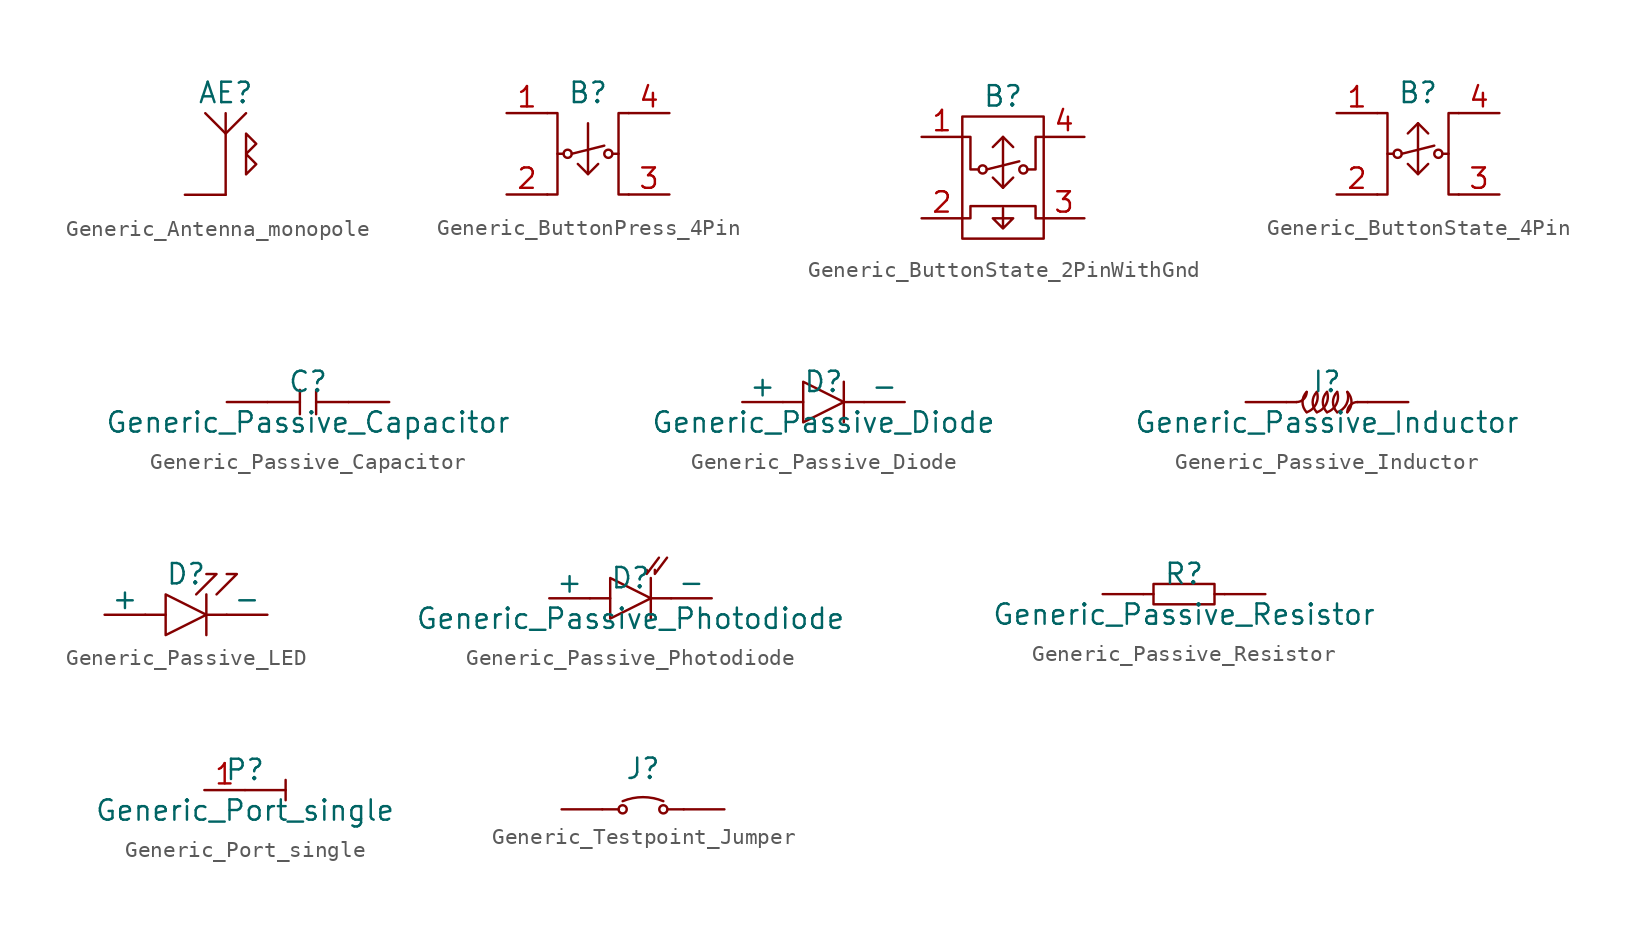
<source format=kicad_sym>
(kicad_symbol_lib
  (version 20211014)
  (generator kicad_symbol_editor)
  (symbol "Generic_Antenna_monopole"
    (pin_numbers hide)
    (pin_names
      (offset 0))
    (property "Reference" "AE"
      (at 0 6.35 0)
      (effects (font (size 1.27 1.27))))
    (symbol "Generic_Antenna_monopole_0_1"
      (polyline (pts (xy 0 0) (xy 0 5.08)) (stroke (width 0) (type default) (color 0 0 0 0)) (fill (type none)))
      (polyline (pts (xy -1.27 5.08) (xy 0 3.81) (xy 1.27 5.08)) (stroke (width 0) (type default) (color 0 0 0 0)) (fill (type none)))
      (polyline (pts (xy 1.27 3.81) (xy 1.27 1.27) (xy 1.905 1.905) (xy 1.27 2.54) (xy 1.905 3.175) (xy 1.27 3.81)) (stroke (width 0) (type default) (color 0 0 0 0)) (fill (type none))))
    (symbol "Generic_Antenna_monopole_1_1"
      (pin bidirectional line (at -2.54 0 0) (length 2.54) (name "" (effects (font (size 1.27 1.27)))) (number "1" (effects (font (size 1.27 1.27)))))))
  (symbol "Generic_ButtonPress_4Pin"
    (property "Reference" "B"
      (at 0 3.81 0)
      (effects (font (size 1.27 1.27))))
    (symbol "Generic_ButtonPress_4Pin_0_1"
      (circle (center -1.27 0) (radius 0.254) (stroke (width 0) (type default) (color 0 0 0 0)) (fill (type none)))
      (polyline (pts (xy -1.016 0) (xy 1.016 0.508)) (stroke (width 0) (type default) (color 0 0 0 0)) (fill (type none)))
      (polyline (pts (xy 0 1.905) (xy 0 -1.27)) (stroke (width 0) (type default) (color 0 0 0 0)) (fill (type none)))
      (polyline (pts (xy -1.905 0) (xy -1.905 -2.54) (xy -2.54 -2.54)) (stroke (width 0) (type default) (color 0 0 0 0)) (fill (type none)))
      (polyline (pts (xy -0.635 -0.635) (xy 0 -1.27) (xy 0.635 -0.635)) (stroke (width 0) (type default) (color 0 0 0 0)) (fill (type none)))
      (polyline (pts (xy 1.905 0) (xy 1.905 -2.54) (xy 2.54 -2.54)) (stroke (width 0) (type default) (color 0 0 0 0)) (fill (type none)))
      (polyline (pts (xy -2.54 2.54) (xy -1.905 2.54) (xy -1.905 0) (xy -1.524 0)) (stroke (width 0) (type default) (color 0 0 0 0)) (fill (type none)))
      (polyline (pts (xy 1.524 0) (xy 1.905 0) (xy 1.905 2.54) (xy 2.54 2.54)) (stroke (width 0) (type default) (color 0 0 0 0)) (fill (type none)))
      (circle (center 1.27 0) (radius 0.254) (stroke (width 0) (type default) (color 0 0 0 0)) (fill (type none))))
    (symbol "Generic_ButtonPress_4Pin_1_1"
      (pin passive line (at -5.08 2.54 0) (length 2.54) (name "" (effects (font (size 1.27 1.27)))) (number "1" (effects (font (size 1.27 1.27)))))
      (pin passive line (at -5.08 -2.54 0) (length 2.54) (name "" (effects (font (size 1.27 1.27)))) (number "2" (effects (font (size 1.27 1.27)))))
      (pin passive line (at 5.08 -2.54 180) (length 2.54) (name "" (effects (font (size 1.27 1.27)))) (number "3" (effects (font (size 1.27 1.27)))))
      (pin passive line (at 5.08 2.54 180) (length 2.54) (name "" (effects (font (size 1.27 1.27)))) (number "4" (effects (font (size 1.27 1.27)))))))
  (symbol "Generic_ButtonState_2PinWithGnd"
    (property "Reference" "B"
      (at 0 5.08 0)
      (effects (font (size 1.27 1.27))))
    (symbol "Generic_ButtonState_2PinWithGnd_0_1"
      (rectangle (start -2.54 3.81) (end 2.54 -3.81) (stroke (width 0) (type default) (color 0 0 0 0)) (fill (type none)))
      (circle (center -1.27 0.508) (radius 0.254) (stroke (width 0) (type default) (color 0 0 0 0)) (fill (type none)))
      (polyline (pts (xy -1.016 0.508) (xy 1.016 1.016)) (stroke (width 0) (type default) (color 0 0 0 0)) (fill (type none)))
      (polyline (pts (xy 0 2.54) (xy 0 -0.635)) (stroke (width 0) (type default) (color 0 0 0 0)) (fill (type none)))
      (polyline (pts (xy -0.635 0) (xy 0 -0.635) (xy 0.635 0)) (stroke (width 0) (type default) (color 0 0 0 0)) (fill (type none)))
      (polyline (pts (xy -0.635 1.905) (xy 0 2.54) (xy 0.635 1.905)) (stroke (width 0) (type default) (color 0 0 0 0)) (fill (type none)))
      (polyline (pts (xy -2.54 2.54) (xy -2.032 2.54) (xy -2.032 0.508) (xy -1.524 0.508)) (stroke (width 0) (type default) (color 0 0 0 0)) (fill (type none)))
      (polyline (pts (xy 1.524 0.508) (xy 2.032 0.508) (xy 2.032 2.54) (xy 2.54 2.54)) (stroke (width 0) (type default) (color 0 0 0 0)) (fill (type none)))
      (polyline (pts (xy 0 -1.905) (xy 0 -3.175) (xy -0.635 -2.54) (xy 0.635 -2.54) (xy 0 -3.175)) (stroke (width 0) (type default) (color 0 0 0 0)) (fill (type none)))
      (polyline (pts (xy -2.54 -2.54) (xy -2.032 -2.54) (xy -2.032 -1.778) (xy 2.032 -1.778) (xy 2.032 -2.54) (xy 2.54 -2.54)) (stroke (width 0) (type default) (color 0 0 0 0)) (fill (type none)))
      (circle (center 1.27 0.508) (radius 0.254) (stroke (width 0) (type default) (color 0 0 0 0)) (fill (type none))))
    (symbol "Generic_ButtonState_2PinWithGnd_1_1"
      (pin passive line (at -5.08 2.54 0) (length 2.54) (name "" (effects (font (size 1.27 1.27)))) (number "1" (effects (font (size 1.27 1.27)))))
      (pin passive line (at -5.08 -2.54 0) (length 2.54) (name "" (effects (font (size 1.27 1.27)))) (number "2" (effects (font (size 1.27 1.27)))))
      (pin passive line (at 5.08 -2.54 180) (length 2.54) (name "" (effects (font (size 1.27 1.27)))) (number "3" (effects (font (size 1.27 1.27)))))
      (pin passive line (at 5.08 2.54 180) (length 2.54) (name "" (effects (font (size 1.27 1.27)))) (number "4" (effects (font (size 1.27 1.27)))))))
  (symbol "Generic_ButtonState_4Pin"
    (property "Reference" "B"
      (at 0 3.81 0)
      (effects (font (size 1.27 1.27))))
    (symbol "Generic_ButtonState_4Pin_0_1"
      (circle (center -1.27 0) (radius 0.254) (stroke (width 0) (type default) (color 0 0 0 0)) (fill (type none)))
      (polyline (pts (xy -1.016 0) (xy 1.016 0.508)) (stroke (width 0) (type default) (color 0 0 0 0)) (fill (type none)))
      (polyline (pts (xy 0 1.905) (xy 0 -1.27)) (stroke (width 0) (type default) (color 0 0 0 0)) (fill (type none)))
      (polyline (pts (xy -1.905 0) (xy -1.905 -2.54) (xy -2.54 -2.54)) (stroke (width 0) (type default) (color 0 0 0 0)) (fill (type none)))
      (polyline (pts (xy -0.635 -0.635) (xy 0 -1.27) (xy 0.635 -0.635)) (stroke (width 0) (type default) (color 0 0 0 0)) (fill (type none)))
      (polyline (pts (xy -0.635 1.27) (xy 0 1.905) (xy 0.635 1.27)) (stroke (width 0) (type default) (color 0 0 0 0)) (fill (type none)))
      (polyline (pts (xy 1.905 0) (xy 1.905 -2.54) (xy 2.54 -2.54)) (stroke (width 0) (type default) (color 0 0 0 0)) (fill (type none)))
      (polyline (pts (xy -2.54 2.54) (xy -1.905 2.54) (xy -1.905 0) (xy -1.524 0)) (stroke (width 0) (type default) (color 0 0 0 0)) (fill (type none)))
      (polyline (pts (xy 1.524 0) (xy 1.905 0) (xy 1.905 2.54) (xy 2.54 2.54)) (stroke (width 0) (type default) (color 0 0 0 0)) (fill (type none)))
      (circle (center 1.27 0) (radius 0.254) (stroke (width 0) (type default) (color 0 0 0 0)) (fill (type none))))
    (symbol "Generic_ButtonState_4Pin_1_1"
      (pin passive line (at -5.08 2.54 0) (length 2.54) (name "" (effects (font (size 1.27 1.27)))) (number "1" (effects (font (size 1.27 1.27)))))
      (pin passive line (at -5.08 -2.54 0) (length 2.54) (name "" (effects (font (size 1.27 1.27)))) (number "2" (effects (font (size 1.27 1.27)))))
      (pin passive line (at 5.08 -2.54 180) (length 2.54) (name "" (effects (font (size 1.27 1.27)))) (number "3" (effects (font (size 1.27 1.27)))))
      (pin passive line (at 5.08 2.54 180) (length 2.54) (name "" (effects (font (size 1.27 1.27)))) (number "4" (effects (font (size 1.27 1.27)))))))
  (symbol "Generic_Passive_Capacitor"
    (pin_numbers hide)
    (pin_names
      (offset 0))
    (property "Reference" "C"
      (at 0 1.27 0)
      (effects (font (size 1.27 1.27))))
    (property "Value" "Generic_Passive_Capacitor"
      (at 0 -1.27 0)
      (effects (font (size 1.27 1.27))))
    (symbol "Generic_Passive_Capacitor_0_1"
      (polyline (pts (xy -2.54 0) (xy -0.508 0)) (stroke (width 0) (type default) (color 0 0 0 0)) (fill (type none)))
      (polyline (pts (xy -0.508 0.762) (xy -0.508 -0.762)) (stroke (width 0) (type default) (color 0 0 0 0)) (fill (type none)))
      (polyline (pts (xy 0.508 0) (xy 2.54 0)) (stroke (width 0) (type default) (color 0 0 0 0)) (fill (type none)))
      (polyline (pts (xy 0.508 0.762) (xy 0.508 -0.762)) (stroke (width 0) (type default) (color 0 0 0 0)) (fill (type none))))
    (symbol "Generic_Passive_Capacitor_1_1"
      (pin passive line (at -5.08 0 0) (length 2.54) (name "" (effects (font (size 1.27 1.27)))) (number "1" (effects (font (size 1.27 1.27)))))
      (pin passive line (at 5.08 0 180) (length 2.54) (name "" (effects (font (size 1.27 1.27)))) (number "2" (effects (font (size 1.27 1.27)))))))
  (symbol "Generic_Passive_Diode"
    (pin_numbers hide)
    (pin_names
      (offset 0))
    (property "Reference" "D"
      (at 0 1.27 0)
      (effects (font (size 1.27 1.27))))
    (property "Value" "Generic_Passive_Diode"
      (at 0 -1.27 0)
      (effects (font (size 1.27 1.27))))
    (symbol "Generic_Passive_Diode_0_1"
      (polyline (pts (xy -2.54 0) (xy -1.27 0)) (stroke (width 0) (type default) (color 0 0 0 0)) (fill (type none)))
      (polyline (pts (xy 1.27 0) (xy 2.54 0)) (stroke (width 0) (type default) (color 0 0 0 0)) (fill (type none)))
      (polyline (pts (xy 1.27 1.27) (xy 1.27 -1.27)) (stroke (width 0) (type default) (color 0 0 0 0)) (fill (type none)))
      (polyline (pts (xy -1.27 1.27) (xy 1.27 0) (xy -1.27 -1.27) (xy -1.27 1.27)) (stroke (width 0) (type default) (color 0 0 0 0)) (fill (type none))))
    (symbol "Generic_Passive_Diode_1_1"
      (pin input line (at -5.08 0 0) (length 2.54) (name "+" (effects (font (size 1.27 1.27)))) (number "1" (effects (font (size 1.27 1.27)))))
      (pin output line (at 5.08 0 180) (length 2.54) (name "-" (effects (font (size 1.27 1.27)))) (number "2" (effects (font (size 1.27 1.27)))))))
  (symbol "Generic_Passive_Inductor"
    (pin_numbers hide)
    (pin_names
      (offset 0))
    (property "Reference" "I"
      (at 0 1.27 0)
      (effects (font (size 1.27 1.27))))
    (property "Value" "Generic_Passive_Inductor"
      (at 0 -1.27 0)
      (effects (font (size 1.27 1.27))))
    (symbol "Generic_Passive_Inductor_0_1"
      (arc (start -1.905 0) (mid -1.4566 0.1866) (end -1.27 0.635) (stroke (width 0) (type default) (color 0 0 0 0)) (fill (type none)))
      (arc (start -1.27 -0.635) (mid -0.6902 -0.1311) (end -0.635 0.635) (stroke (width 0) (type default) (color 0 0 0 0)) (fill (type none)))
      (arc (start -1.27 0.635) (mid -1.5313 0) (end -1.27 -0.635) (stroke (width 0) (type default) (color 0 0 0 0)) (fill (type none)))
      (arc (start -0.635 -0.635) (mid -0.0549 -0.1313) (end 0 0.635) (stroke (width 0) (type default) (color 0 0 0 0)) (fill (type none)))
      (arc (start -0.635 0.635) (mid -0.897 0) (end -0.635 -0.635) (stroke (width 0) (type default) (color 0 0 0 0)) (fill (type none)))
      (arc (start 0 -0.635) (mid 0.5801 -0.1313) (end 0.635 0.635) (stroke (width 0) (type default) (color 0 0 0 0)) (fill (type none)))
      (polyline (pts (xy -2.54 0) (xy -1.905 0)) (stroke (width 0) (type default) (color 0 0 0 0)) (fill (type none)))
      (polyline (pts (xy 2.54 0) (xy 1.905 0)) (stroke (width 0) (type default) (color 0 0 0 0)) (fill (type none)))
      (arc (start 0 0.635) (mid -0.2618 0) (end 0 -0.635) (stroke (width 0) (type default) (color 0 0 0 0)) (fill (type none)))
      (arc (start 0.635 -0.635) (mid 1.2151 -0.1313) (end 1.27 0.635) (stroke (width 0) (type default) (color 0 0 0 0)) (fill (type none)))
      (arc (start 0.635 0.635) (mid 0.3728 0) (end 0.635 -0.635) (stroke (width 0) (type default) (color 0 0 0 0)) (fill (type none)))
      (arc (start 1.27 -0.635) (mid 2.8078 0) (end 1.27 0.635) (stroke (width 0) (type default) (color 0 0 0 0)) (fill (type none)))
      (arc (start 1.905 0) (mid 0.8177 0.4523) (end 1.27 -0.635) (stroke (width 0) (type default) (color 0 0 0 0)) (fill (type none))))
    (symbol "Generic_Passive_Inductor_1_1"
      (pin passive line (at -5.08 0 0) (length 2.54) (name "" (effects (font (size 1.27 1.27)))) (number "1" (effects (font (size 1.27 1.27)))))
      (pin passive line (at 5.08 0 180) (length 2.54) (name "" (effects (font (size 1.27 1.27)))) (number "2" (effects (font (size 1.27 1.27)))))))
  (symbol "Generic_Passive_LED"
    (pin_numbers hide)
    (pin_names
      (offset 0))
    (property "Reference" "D"
      (at 0 2.54 0)
      (effects (font (size 1.27 1.27))))
    (symbol "Generic_Passive_LED_0_1"
      (polyline (pts (xy -2.54 0) (xy -1.27 0)) (stroke (width 0) (type default) (color 0 0 0 0)) (fill (type none)))
      (polyline (pts (xy 1.27 0) (xy 2.54 0)) (stroke (width 0) (type default) (color 0 0 0 0)) (fill (type none)))
      (polyline (pts (xy 1.27 1.27) (xy 1.27 -1.27)) (stroke (width 0) (type default) (color 0 0 0 0)) (fill (type none)))
      (polyline (pts (xy 0.635 1.27) (xy 1.905 2.54) (xy 1.27 2.54)) (stroke (width 0) (type default) (color 0 0 0 0)) (fill (type none)))
      (polyline (pts (xy 1.905 1.27) (xy 3.175 2.54) (xy 2.54 2.54)) (stroke (width 0) (type default) (color 0 0 0 0)) (fill (type none)))
      (polyline (pts (xy -1.27 1.27) (xy 1.27 0) (xy -1.27 -1.27) (xy -1.27 1.27)) (stroke (width 0) (type default) (color 0 0 0 0)) (fill (type none))))
    (symbol "Generic_Passive_LED_1_1"
      (pin input line (at -5.08 0 0) (length 2.54) (name "+" (effects (font (size 1.27 1.27)))) (number "1" (effects (font (size 1.27 1.27)))))
      (pin output line (at 5.08 0 180) (length 2.54) (name "-" (effects (font (size 1.27 1.27)))) (number "2" (effects (font (size 1.27 1.27)))))))
  (symbol "Generic_Passive_Photodiode"
    (pin_numbers hide)
    (pin_names
      (offset 0))
    (property "Reference" "D"
      (at 0 1.27 0)
      (effects (font (size 1.27 1.27))))
    (property "Value" "Generic_Passive_Photodiode"
      (at 0 -1.27 0)
      (effects (font (size 1.27 1.27))))
    (symbol "Generic_Passive_Photodiode_0_1"
      (polyline (pts (xy -2.54 0) (xy -1.27 0)) (stroke (width 0) (type default) (color 0 0 0 0)) (fill (type none)))
      (polyline (pts (xy 1.27 0) (xy 2.54 0)) (stroke (width 0) (type default) (color 0 0 0 0)) (fill (type none)))
      (polyline (pts (xy 1.27 1.27) (xy 1.27 -1.27)) (stroke (width 0) (type default) (color 0 0 0 0)) (fill (type none)))
      (polyline (pts (xy 1.778 2.54) (xy 1.016 1.524) (xy 1.016 1.778)) (stroke (width 0) (type default) (color 0 0 0 0)) (fill (type none)))
      (polyline (pts (xy 2.286 2.54) (xy 1.524 1.524) (xy 1.524 1.778)) (stroke (width 0) (type default) (color 0 0 0 0)) (fill (type none)))
      (polyline (pts (xy -1.27 1.27) (xy 1.27 0) (xy -1.27 -1.27) (xy -1.27 1.27)) (stroke (width 0) (type default) (color 0 0 0 0)) (fill (type none))))
    (symbol "Generic_Passive_Photodiode_1_1"
      (pin input line (at -5.08 0 0) (length 2.54) (name "+" (effects (font (size 1.27 1.27)))) (number "1" (effects (font (size 1.27 1.27)))))
      (pin output line (at 5.08 0 180) (length 2.54) (name "-" (effects (font (size 1.27 1.27)))) (number "2" (effects (font (size 1.27 1.27)))))))
  (symbol "Generic_Passive_Resistor"
    (pin_numbers hide)
    (pin_names
      (offset 0) hide)
    (property "Reference" "R"
      (at 0 1.27 0)
      (effects (font (size 1.27 1.27))))
    (property "Value" "Generic_Passive_Resistor"
      (at 0 -1.27 0)
      (effects (font (size 1.27 1.27))))
    (symbol "Generic_Passive_Resistor_0_1"
      (rectangle (start -1.905 0.635) (end 1.905 -0.635) (stroke (width 0) (type default) (color 0 0 0 0)) (fill (type none)))
      (polyline (pts (xy -1.905 0) (xy -2.54 0)) (stroke (width 0) (type default) (color 0 0 0 0)) (fill (type none)))
      (polyline (pts (xy 1.905 0) (xy 2.54 0)) (stroke (width 0) (type default) (color 0 0 0 0)) (fill (type none))))
    (symbol "Generic_Passive_Resistor_1_1"
      (pin passive line (at -5.08 0 0) (length 2.54) (name "" (effects (font (size 1.27 1.27)))) (number "1" (effects (font (size 1.27 1.27)))))
      (pin passive line (at 5.08 0 180) (length 2.54) (name "" (effects (font (size 1.27 1.27)))) (number "2" (effects (font (size 1.27 1.27)))))))
  (symbol "Generic_Port_single"
    (property "Reference" "P"
      (at 0 1.27 0)
      (effects (font (size 1.27 1.27))))
    (property "Value" "Generic_Port_single"
      (at 0 -1.27 0)
      (effects (font (size 1.27 1.27))))
    (symbol "Generic_Port_single_0_1"
      (polyline (pts (xy 0 0) (xy 2.54 0)) (stroke (width 0) (type default) (color 0 0 0 0)) (fill (type none)))
      (polyline (pts (xy 2.54 0.635) (xy 2.54 -0.635)) (stroke (width 0) (type default) (color 0 0 0 0)) (fill (type none))))
    (symbol "Generic_Port_single_1_1"
      (pin passive line (at -2.54 0 0) (length 2.54) (name "" (effects (font (size 1.27 1.27)))) (number "1" (effects (font (size 1.27 1.27)))))))
  (symbol "Generic_Testpoint_Jumper"
    (pin_numbers hide)
    (pin_names
      (offset 0))
    (property "Reference" "J"
      (at 0 2.54 0)
      (effects (font (size 1.27 1.27))))
    (symbol "Generic_Testpoint_Jumper_0_1"
      (circle (center -1.27 0) (radius 0.254) (stroke (width 0) (type default) (color 0 0 0 0)) (fill (type none)))
      (polyline (pts (xy -2.54 0) (xy -1.524 0)) (stroke (width 0) (type default) (color 0 0 0 0)) (fill (type none)))
      (polyline (pts (xy 1.524 0) (xy 2.54 0)) (stroke (width 0) (type default) (color 0 0 0 0)) (fill (type none)))
      (circle (center 1.27 0) (radius 0.254) (stroke (width 0) (type default) (color 0 0 0 0)) (fill (type none)))
      (arc (start 1.27 0.5081) (mid 0 0.7606) (end -1.27 0.5081) (stroke (width 0) (type default) (color 0 0 0 0)) (fill (type none))))
    (symbol "Generic_Testpoint_Jumper_1_1"
      (pin passive line (at -5.08 0 0) (length 2.54) (name "" (effects (font (size 1.27 1.27)))) (number "1" (effects (font (size 1.27 1.27)))))
      (pin passive line (at 5.08 0 180) (length 2.54) (name "" (effects (font (size 1.27 1.27)))) (number "2" (effects (font (size 1.27 1.27))))))))
</source>
